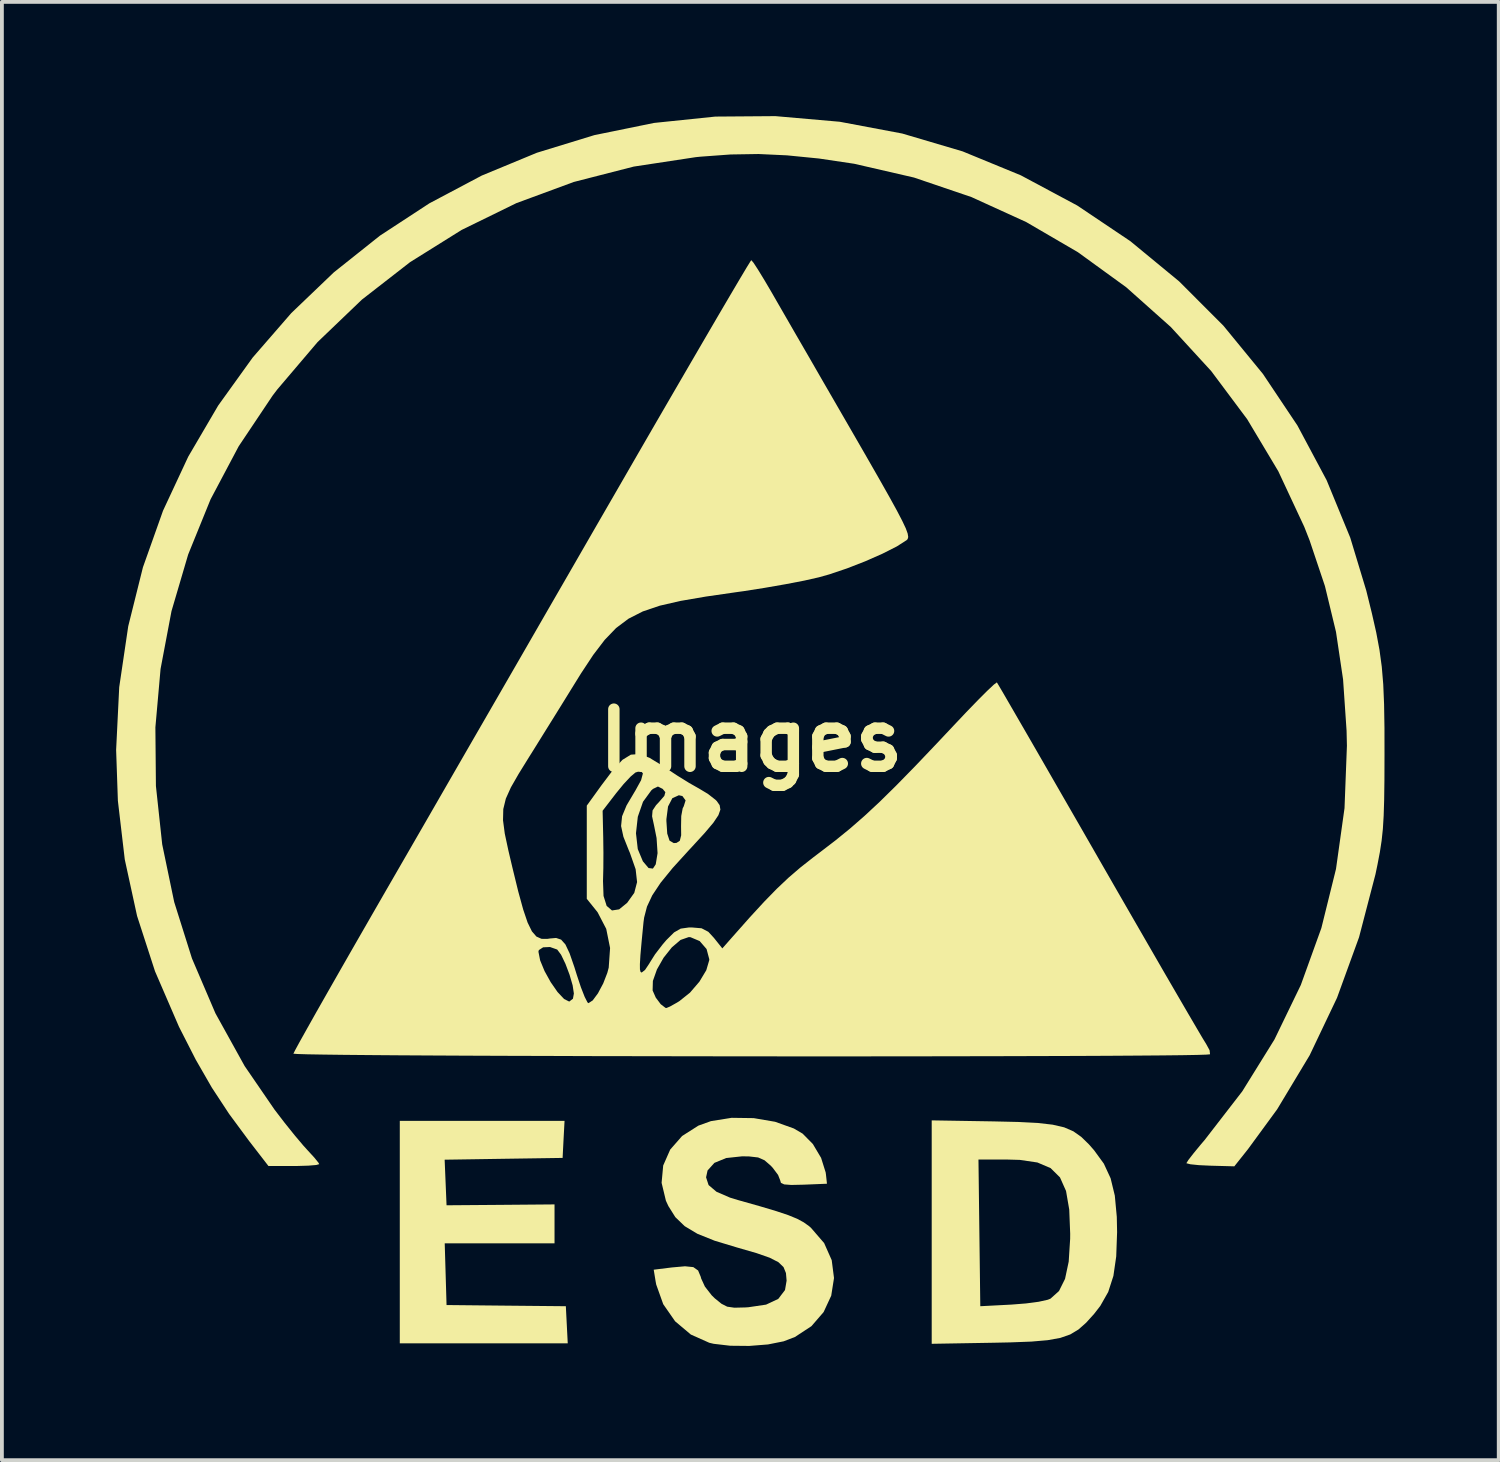
<source format=kicad_pcb>
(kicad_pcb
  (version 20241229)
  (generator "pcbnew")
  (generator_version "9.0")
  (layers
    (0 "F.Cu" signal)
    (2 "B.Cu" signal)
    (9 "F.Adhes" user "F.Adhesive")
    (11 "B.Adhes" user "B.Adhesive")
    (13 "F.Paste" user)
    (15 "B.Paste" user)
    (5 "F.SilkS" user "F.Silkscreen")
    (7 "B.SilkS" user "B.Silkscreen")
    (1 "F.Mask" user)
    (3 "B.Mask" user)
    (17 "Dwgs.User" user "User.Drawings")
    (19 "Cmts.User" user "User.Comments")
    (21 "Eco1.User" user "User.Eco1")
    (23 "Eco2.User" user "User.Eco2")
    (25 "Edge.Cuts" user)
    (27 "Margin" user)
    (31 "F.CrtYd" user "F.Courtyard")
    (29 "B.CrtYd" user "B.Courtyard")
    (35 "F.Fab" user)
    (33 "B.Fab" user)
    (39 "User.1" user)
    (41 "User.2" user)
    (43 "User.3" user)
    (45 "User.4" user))
  (footprint "Images"
    (layer "F.Cu")
    (at 16.679 16.397)
    (property "Reference" "Images" (at 0 0 0) (layer "F.SilkS") (effects (font (size 1.5 1.5) (thickness 0.3))))
    (attr board_only exclude_from_pos_files exclude_from_bom)
    (fp_poly (pts (xy -4.928 10.477) (xy -4.953 10.964) (xy -6.502 10.987) (xy -8.051 11.011) (xy -8.026 11.609) (xy -8.001 12.208) (xy -6.583 12.197) (xy -5.165 12.185) (xy -5.165 12.696) (xy -5.165 13.208) (xy -6.607 13.208) (xy -8.049 13.208) (xy -8.025 14.018) (xy -8.001 14.828) (xy -6.435 14.844) (xy -4.868 14.859) (xy -4.843 15.346) (xy -4.818 15.833) (xy -7.023 15.833) (xy -9.229 15.833) (xy -9.229 12.912) (xy -9.229 9.991) (xy -7.065 9.991) (xy -4.902 9.991)) (stroke (width 0) (type solid)) (fill yes) (layer "F.SilkS"))
    (fp_poly (pts (xy 6.371 10.005) (xy 7.02 10.02) (xy 7.526 10.046) (xy 7.917 10.091) (xy 8.22 10.161) (xy 8.462 10.266) (xy 8.669 10.412) (xy 8.869 10.607) (xy 9.005 10.762) (xy 9.262 11.115) (xy 9.44 11.5) (xy 9.55 11.954) (xy 9.602 12.512) (xy 9.61 12.912) (xy 9.587 13.551) (xy 9.513 14.063) (xy 9.377 14.484) (xy 9.168 14.852) (xy 9.005 15.062) (xy 8.796 15.293) (xy 8.596 15.47) (xy 8.38 15.6) (xy 8.119 15.691) (xy 7.787 15.751) (xy 7.358 15.788) (xy 6.803 15.809) (xy 6.371 15.818) (xy 4.741 15.846) (xy 4.741 12.912) (xy 4.741 11.007) (xy 5.969 11.007) (xy 5.993 12.933) (xy 6.017 14.859) (xy 6.84 14.816) (xy 7.218 14.786) (xy 7.551 14.742) (xy 7.789 14.689) (xy 7.86 14.661) (xy 8.084 14.46) (xy 8.243 14.14) (xy 8.339 13.688) (xy 8.377 13.091) (xy 8.378 12.954) (xy 8.353 12.32) (xy 8.269 11.833) (xy 8.11 11.476) (xy 7.864 11.232) (xy 7.517 11.084) (xy 7.053 11.016) (xy 6.731 11.007) (xy 5.969 11.007) (xy 4.741 11.007) (xy 4.741 9.978)) (stroke (width 0) (type solid)) (fill yes) (layer "F.SilkS"))
    (fp_poly (pts (xy 0.066 9.919) (xy 0.628 10.015) (xy 1.12 10.191) (xy 1.35 10.326) (xy 1.619 10.598) (xy 1.836 10.963) (xy 1.956 11.345) (xy 1.963 11.395) (xy 1.99 11.642) (xy 1.376 11.667) (xy 1.054 11.674) (xy 0.867 11.66) (xy 0.781 11.619) (xy 0.762 11.554) (xy 0.706 11.411) (xy 0.565 11.223) (xy 0.515 11.169) (xy 0.35 11.026) (xy 0.182 10.952) (xy -0.055 10.925) (xy -0.236 10.922) (xy -0.656 10.967) (xy -0.966 11.094) (xy -1.146 11.294) (xy -1.185 11.474) (xy -1.119 11.677) (xy -0.913 11.852) (xy -0.556 12.007) (xy -0.339 12.073) (xy 0.228 12.233) (xy 0.657 12.361) (xy 0.974 12.467) (xy 1.206 12.562) (xy 1.38 12.656) (xy 1.521 12.757) (xy 1.57 12.8) (xy 1.916 13.201) (xy 2.115 13.65) (xy 2.175 14.119) (xy 2.102 14.582) (xy 1.902 15.013) (xy 1.582 15.383) (xy 1.149 15.667) (xy 0.852 15.781) (xy 0.441 15.863) (xy -0.051 15.902) (xy -0.551 15.897) (xy -0.986 15.846) (xy -1.101 15.819) (xy -1.585 15.603) (xy -1.998 15.255) (xy -2.31 14.806) (xy -2.495 14.288) (xy -2.51 14.206) (xy -2.56 13.9) (xy -2.086 13.841) (xy -1.738 13.81) (xy -1.52 13.832) (xy -1.394 13.921) (xy -1.324 14.089) (xy -1.314 14.13) (xy -1.216 14.343) (xy -1.036 14.574) (xy -0.955 14.653) (xy -0.781 14.794) (xy -0.63 14.871) (xy -0.442 14.898) (xy -0.157 14.891) (xy -0.076 14.886) (xy 0.391 14.817) (xy 0.711 14.667) (xy 0.888 14.434) (xy 0.93 14.188) (xy 0.913 13.988) (xy 0.849 13.831) (xy 0.714 13.702) (xy 0.485 13.585) (xy 0.139 13.464) (xy -0.349 13.323) (xy -0.37 13.317) (xy -0.962 13.138) (xy -1.412 12.957) (xy -1.746 12.757) (xy -1.992 12.52) (xy -2.175 12.229) (xy -2.24 12.088) (xy -2.353 11.618) (xy -2.311 11.163) (xy -2.127 10.745) (xy -1.814 10.388) (xy -1.386 10.116) (xy -1.058 9.998) (xy -0.514 9.911)) (stroke (width 0) (type solid)) (fill yes) (layer "F.SilkS"))
    (fp_poly (pts (xy 2.327 -16.249) (xy 3.967 -15.94) (xy 5.553 -15.471) (xy 7.082 -14.842) (xy 8.553 -14.055) (xy 8.57 -14.045) (xy 9.959 -13.112) (xy 11.238 -12.058) (xy 12.401 -10.894) (xy 13.439 -9.628) (xy 14.346 -8.272) (xy 15.113 -6.835) (xy 15.733 -5.327) (xy 16.154 -3.937) (xy 16.301 -3.342) (xy 16.416 -2.835) (xy 16.501 -2.379) (xy 16.561 -1.938) (xy 16.6 -1.474) (xy 16.622 -0.95) (xy 16.632 -0.329) (xy 16.633 0.381) (xy 16.631 1.039) (xy 16.624 1.561) (xy 16.611 1.979) (xy 16.59 2.326) (xy 16.557 2.634) (xy 16.511 2.935) (xy 16.448 3.264) (xy 16.396 3.514) (xy 15.964 5.17) (xy 15.386 6.759) (xy 14.667 8.269) (xy 13.814 9.687) (xy 13.046 10.736) (xy 12.689 11.185) (xy 12.06 11.168) (xy 11.758 11.154) (xy 11.535 11.131) (xy 11.433 11.105) (xy 11.431 11.1) (xy 11.483 11.017) (xy 11.621 10.839) (xy 11.819 10.599) (xy 11.905 10.499) (xy 12.897 9.216) (xy 13.742 7.855) (xy 14.435 6.423) (xy 14.975 4.927) (xy 15.359 3.376) (xy 15.583 1.777) (xy 15.646 0.139) (xy 15.637 -0.254) (xy 15.545 -1.602) (xy 15.359 -2.852) (xy 15.069 -4.053) (xy 14.666 -5.254) (xy 14.526 -5.61) (xy 13.844 -7.07) (xy 13.027 -8.436) (xy 12.082 -9.701) (xy 11.02 -10.859) (xy 9.85 -11.902) (xy 8.581 -12.823) (xy 7.223 -13.615) (xy 5.785 -14.271) (xy 4.276 -14.784) (xy 2.705 -15.146) (xy 1.779 -15.284) (xy 0.941 -15.367) (xy 0.192 -15.402) (xy -0.541 -15.39) (xy -1.332 -15.332) (xy -1.452 -15.32) (xy -3.084 -15.072) (xy -4.659 -14.668) (xy -6.169 -14.111) (xy -7.605 -13.408) (xy -8.959 -12.562) (xy -10.223 -11.579) (xy -11.388 -10.463) (xy -12.446 -9.219) (xy -12.57 -9.056) (xy -13.46 -7.726) (xy -14.199 -6.332) (xy -14.787 -4.884) (xy -15.225 -3.396) (xy -15.512 -1.878) (xy -15.648 -0.344) (xy -15.634 1.196) (xy -15.469 2.729) (xy -15.154 4.243) (xy -14.687 5.726) (xy -14.071 7.166) (xy -13.304 8.551) (xy -12.52 9.694) (xy -12.254 10.041) (xy -11.989 10.371) (xy -11.762 10.64) (xy -11.646 10.768) (xy -11.475 10.954) (xy -11.366 11.089) (xy -11.345 11.128) (xy -11.423 11.15) (xy -11.63 11.167) (xy -11.926 11.176) (xy -12.012 11.176) (xy -12.679 11.176) (xy -13.186 10.52) (xy -13.711 9.809) (xy -14.165 9.118) (xy -14.587 8.385) (xy -15.012 7.552) (xy -15.032 7.511) (xy -15.658 6.062) (xy -16.129 4.609) (xy -16.452 3.126) (xy -16.633 1.584) (xy -16.679 0.249) (xy -16.598 -1.399) (xy -16.361 -3) (xy -15.975 -4.548) (xy -15.447 -6.035) (xy -14.785 -7.454) (xy -13.998 -8.797) (xy -13.093 -10.056) (xy -12.078 -11.225) (xy -10.961 -12.294) (xy -9.75 -13.258) (xy -8.452 -14.107) (xy -7.076 -14.836) (xy -5.629 -15.435) (xy -4.119 -15.898) (xy -2.554 -16.218) (xy -0.942 -16.385) (xy 0.635 -16.397)) (stroke (width 0) (type solid)) (fill yes) (layer "F.SilkS"))
    (fp_poly (pts (xy 0.061 -12.546) (xy 0.183 -12.359) (xy 0.351 -12.084) (xy 0.524 -11.79) (xy 0.677 -11.524) (xy 0.902 -11.134) (xy 1.185 -10.643) (xy 1.514 -10.075) (xy 1.874 -9.45) (xy 2.254 -8.793) (xy 2.614 -8.17) (xy 3.027 -7.454) (xy 3.362 -6.869) (xy 3.626 -6.402) (xy 3.826 -6.039) (xy 3.968 -5.766) (xy 4.061 -5.569) (xy 4.11 -5.433) (xy 4.124 -5.344) (xy 4.109 -5.289) (xy 4.083 -5.261) (xy 3.825 -5.096) (xy 3.448 -4.905) (xy 2.997 -4.706) (xy 2.517 -4.519) (xy 2.052 -4.362) (xy 1.778 -4.285) (xy 1.398 -4.199) (xy 0.905 -4.104) (xy 0.354 -4.008) (xy -0.199 -3.921) (xy -0.381 -3.896) (xy -1.19 -3.779) (xy -1.855 -3.665) (xy -2.399 -3.54) (xy -2.846 -3.389) (xy -3.221 -3.198) (xy -3.547 -2.954) (xy -3.847 -2.642) (xy -4.147 -2.249) (xy -4.47 -1.76) (xy -4.713 -1.368) (xy -4.905 -1.057) (xy -5.158 -0.649) (xy -5.444 -0.19) (xy -5.733 0.275) (xy -5.826 0.423) (xy -6.107 0.877) (xy -6.311 1.232) (xy -6.444 1.528) (xy -6.511 1.803) (xy -6.518 2.096) (xy -6.472 2.446) (xy -6.377 2.89) (xy -6.27 3.344) (xy -6.118 3.966) (xy -5.988 4.44) (xy -5.872 4.783) (xy -5.759 5.014) (xy -5.641 5.15) (xy -5.508 5.21) (xy -5.35 5.211) (xy -5.293 5.202) (xy -5.124 5.187) (xy -4.992 5.231) (xy -4.879 5.358) (xy -4.769 5.591) (xy -4.643 5.955) (xy -4.58 6.157) (xy -4.472 6.483) (xy -4.373 6.735) (xy -4.299 6.88) (xy -4.274 6.9) (xy -4.162 6.827) (xy -4.024 6.64) (xy -3.985 6.566) (xy -2.589 6.566) (xy -2.588 6.568) (xy -2.506 6.754) (xy -2.376 6.927) (xy -2.251 7.023) (xy -2.226 7.027) (xy -2.131 6.987) (xy -1.951 6.886) (xy -1.886 6.846) (xy -1.607 6.623) (xy -1.36 6.335) (xy -1.179 6.034) (xy -1.101 5.768) (xy -1.101 5.745) (xy -1.172 5.478) (xy -1.353 5.269) (xy -1.595 5.167) (xy -1.642 5.165) (xy -1.855 5.239) (xy -2.084 5.434) (xy -2.301 5.707) (xy -2.476 6.015) (xy -2.582 6.316) (xy -2.589 6.566) (xy -3.985 6.566) (xy -3.887 6.383) (xy -3.779 6.105) (xy -3.742 5.967) (xy -3.706 5.451) (xy -3.807 4.949) (xy -4.033 4.514) (xy -4.065 4.473) (xy -4.318 4.159) (xy -4.318 2.935) (xy -4.318 1.846) (xy -3.902 1.846) (xy -3.886 2.553) (xy -3.881 2.951) (xy -3.883 3.347) (xy -3.891 3.662) (xy -3.892 3.691) (xy -3.878 4.084) (xy -3.796 4.345) (xy -3.656 4.465) (xy -3.468 4.436) (xy -3.258 4.265) (xy -3.071 4.003) (xy -2.997 3.72) (xy -3.035 3.382) (xy -3.185 2.954) (xy -3.215 2.884) (xy -3.356 2.529) (xy -3.376 2.437) (xy -3.026 2.437) (xy -2.979 2.853) (xy -2.845 3.174) (xy -2.695 3.351) (xy -2.581 3.365) (xy -2.507 3.253) (xy -2.459 2.96) (xy -2.485 2.563) (xy -2.551 2.234) (xy -2.587 2.067) (xy -2.227 2.067) (xy -2.227 2.116) (xy -2.205 2.446) (xy -2.144 2.632) (xy -2.033 2.696) (xy -1.961 2.69) (xy -1.875 2.635) (xy -1.839 2.491) (xy -1.842 2.25) (xy -1.837 1.985) (xy -1.799 1.782) (xy -1.771 1.728) (xy -1.723 1.574) (xy -1.807 1.46) (xy -1.9 1.439) (xy -2.071 1.517) (xy -2.184 1.734) (xy -2.227 2.067) (xy -2.587 2.067) (xy -2.603 1.992) (xy -2.59 1.838) (xy -2.498 1.699) (xy -2.421 1.617) (xy -2.281 1.456) (xy -2.254 1.358) (xy -2.325 1.273) (xy -2.327 1.271) (xy -2.449 1.21) (xy -2.578 1.272) (xy -2.623 1.311) (xy -2.841 1.61) (xy -2.978 2.004) (xy -3.026 2.437) (xy -3.376 2.437) (xy -3.417 2.248) (xy -3.391 1.991) (xy -3.273 1.706) (xy -3.057 1.341) (xy -3.044 1.32) (xy -2.892 1.044) (xy -2.844 0.866) (xy -2.899 0.798) (xy -3.04 0.842) (xy -3.166 0.948) (xy -3.352 1.147) (xy -3.546 1.384) (xy -3.902 1.846) (xy -4.318 1.846) (xy -4.318 1.712) (xy -3.929 1.173) (xy -3.627 0.773) (xy -3.381 0.509) (xy -3.16 0.373) (xy -2.935 0.358) (xy -2.674 0.454) (xy -2.347 0.653) (xy -2.256 0.715) (xy -1.941 0.923) (xy -1.631 1.115) (xy -1.392 1.251) (xy -1.382 1.256) (xy -1.137 1.403) (xy -0.936 1.56) (xy -0.903 1.593) (xy -0.828 1.701) (xy -0.809 1.817) (xy -0.861 1.963) (xy -0.993 2.16) (xy -1.22 2.429) (xy -1.552 2.791) (xy -1.634 2.879) (xy -2.063 3.35) (xy -2.379 3.738) (xy -2.598 4.067) (xy -2.737 4.364) (xy -2.812 4.653) (xy -2.828 4.771) (xy -2.877 5.275) (xy -2.909 5.635) (xy -2.923 5.873) (xy -2.922 6.014) (xy -2.905 6.08) (xy -2.877 6.096) (xy -2.789 6.028) (xy -2.678 5.862) (xy -2.664 5.837) (xy -2.526 5.618) (xy -2.328 5.36) (xy -2.229 5.244) (xy -2.026 5.042) (xy -1.852 4.942) (xy -1.638 4.912) (xy -1.563 4.911) (xy -1.303 4.933) (xy -1.125 5.026) (xy -0.978 5.186) (xy -0.758 5.461) (xy -0.497 5.165) (xy -0.036 4.645) (xy 0.346 4.23) (xy 0.677 3.891) (xy 0.983 3.602) (xy 1.293 3.336) (xy 1.635 3.067) (xy 1.826 2.922) (xy 2.221 2.619) (xy 2.597 2.313) (xy 2.974 1.984) (xy 3.371 1.615) (xy 3.807 1.186) (xy 4.303 0.679) (xy 4.878 0.075) (xy 5.307 -0.381) (xy 5.652 -0.746) (xy 5.958 -1.062) (xy 6.205 -1.309) (xy 6.376 -1.469) (xy 6.452 -1.525) (xy 6.453 -1.524) (xy 6.501 -1.445) (xy 6.626 -1.232) (xy 6.82 -0.897) (xy 7.077 -0.453) (xy 7.39 0.088) (xy 7.75 0.713) (xy 8.151 1.41) (xy 8.586 2.165) (xy 9.047 2.967) (xy 9.142 3.133) (xy 9.611 3.949) (xy 10.059 4.726) (xy 10.477 5.45) (xy 10.858 6.11) (xy 11.195 6.69) (xy 11.479 7.178) (xy 11.704 7.562) (xy 11.86 7.827) (xy 11.942 7.96) (xy 11.947 7.968) (xy 12.039 8.136) (xy 12.051 8.24) (xy 12.048 8.243) (xy 11.957 8.251) (xy 11.709 8.259) (xy 11.316 8.266) (xy 10.788 8.272) (xy 10.138 8.277) (xy 9.378 8.282) (xy 8.518 8.286) (xy 7.57 8.289) (xy 6.547 8.292) (xy 5.459 8.294) (xy 4.318 8.296) (xy 3.136 8.297) (xy 1.925 8.297) (xy 0.696 8.297) (xy -0.54 8.296) (xy -1.771 8.294) (xy -2.985 8.292) (xy -4.17 8.29) (xy -5.316 8.286) (xy -6.41 8.283) (xy -7.44 8.279) (xy -8.396 8.274) (xy -9.266 8.269) (xy -10.038 8.263) (xy -10.7 8.257) (xy -11.241 8.25) (xy -11.649 8.243) (xy -11.913 8.235) (xy -12.021 8.227) (xy -12.023 8.225) (xy -11.981 8.141) (xy -11.863 7.923) (xy -11.674 7.585) (xy -11.424 7.14) (xy -11.118 6.602) (xy -10.765 5.983) (xy -10.516 5.548) (xy -5.588 5.548) (xy -5.543 5.776) (xy -5.427 6.057) (xy -5.266 6.348) (xy -5.086 6.607) (xy -4.913 6.791) (xy -4.779 6.858) (xy -4.682 6.784) (xy -4.657 6.647) (xy -4.689 6.433) (xy -4.77 6.154) (xy -4.878 5.867) (xy -4.993 5.628) (xy -5.093 5.494) (xy -5.099 5.49) (xy -5.284 5.425) (xy -5.465 5.433) (xy -5.577 5.506) (xy -5.588 5.548) (xy -10.516 5.548) (xy -10.372 5.297) (xy -9.946 4.556) (xy -9.585 3.929) (xy -9.134 3.148) (xy -8.612 2.244) (xy -8.033 1.239) (xy -7.409 0.157) (xy -6.753 -0.979) (xy -6.08 -2.145) (xy -5.403 -3.32) (xy -4.734 -4.479) (xy -4.088 -5.6) (xy -3.594 -6.455) (xy -3.054 -7.391) (xy -2.537 -8.285) (xy -2.05 -9.124) (xy -1.6 -9.898) (xy -1.193 -10.597) (xy -0.835 -11.21) (xy -0.532 -11.726) (xy -0.291 -12.134) (xy -0.118 -12.424) (xy -0.019 -12.584) (xy 0.003 -12.614)) (stroke (width 0) (type solid)) (fill yes) (layer "F.SilkS")))
  (gr_rect
    (start -3 -3)
    (end 36.312 35.299)
    (stroke (width 0.1) (type default))
    (fill no)
    (layer "Edge.Cuts")))
</source>
